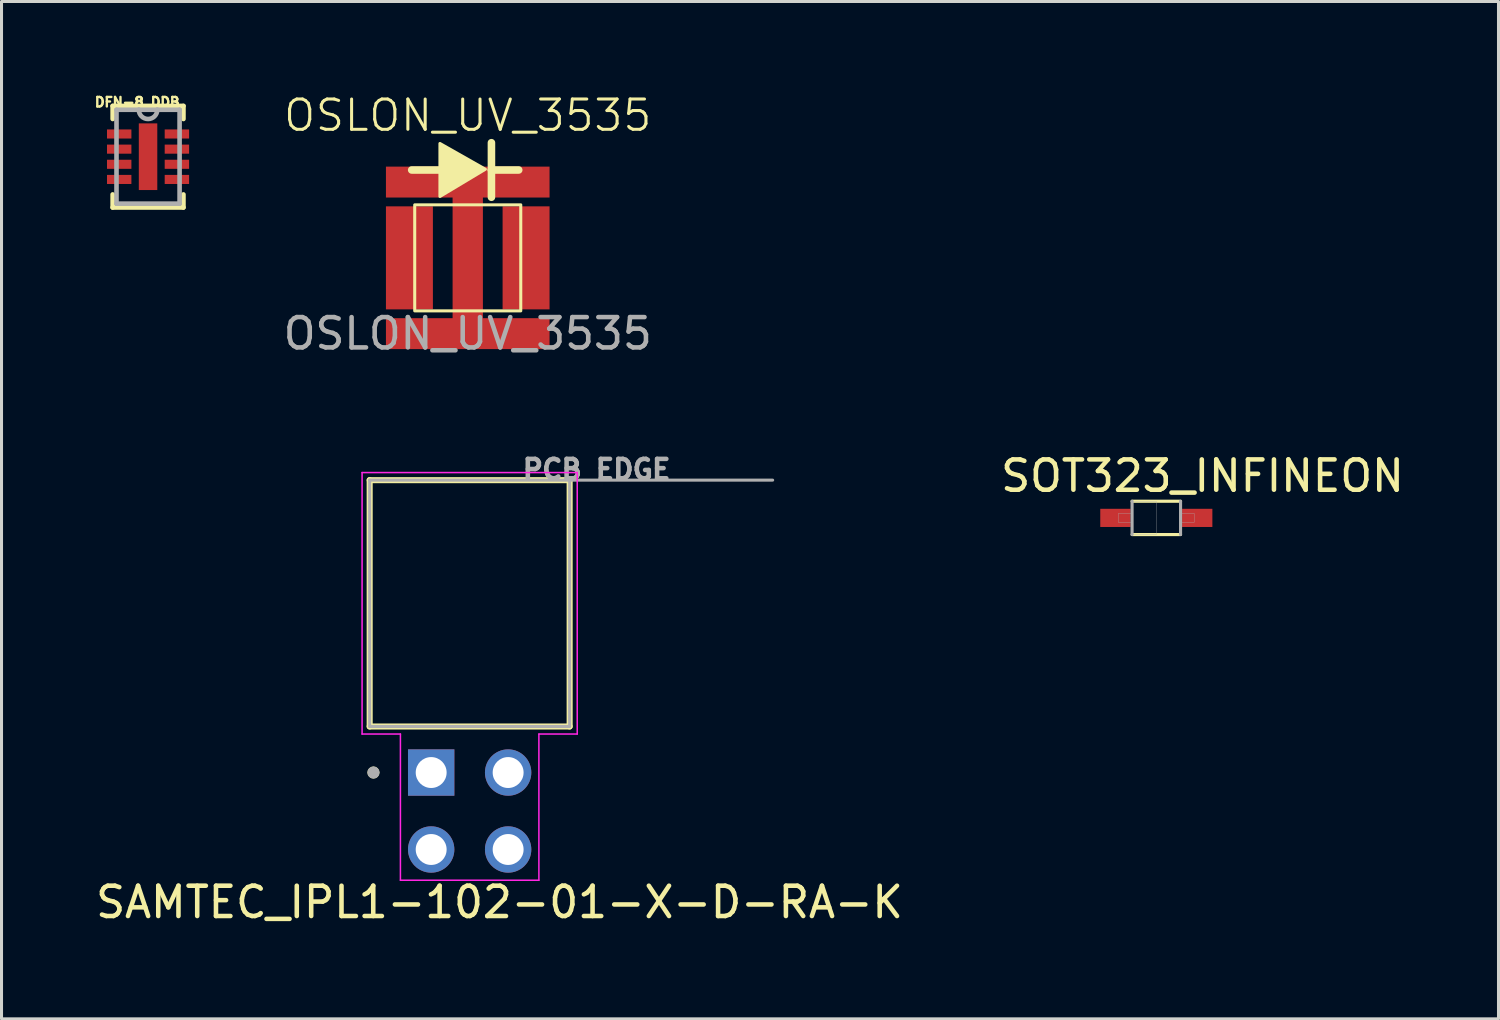
<source format=kicad_pcb>
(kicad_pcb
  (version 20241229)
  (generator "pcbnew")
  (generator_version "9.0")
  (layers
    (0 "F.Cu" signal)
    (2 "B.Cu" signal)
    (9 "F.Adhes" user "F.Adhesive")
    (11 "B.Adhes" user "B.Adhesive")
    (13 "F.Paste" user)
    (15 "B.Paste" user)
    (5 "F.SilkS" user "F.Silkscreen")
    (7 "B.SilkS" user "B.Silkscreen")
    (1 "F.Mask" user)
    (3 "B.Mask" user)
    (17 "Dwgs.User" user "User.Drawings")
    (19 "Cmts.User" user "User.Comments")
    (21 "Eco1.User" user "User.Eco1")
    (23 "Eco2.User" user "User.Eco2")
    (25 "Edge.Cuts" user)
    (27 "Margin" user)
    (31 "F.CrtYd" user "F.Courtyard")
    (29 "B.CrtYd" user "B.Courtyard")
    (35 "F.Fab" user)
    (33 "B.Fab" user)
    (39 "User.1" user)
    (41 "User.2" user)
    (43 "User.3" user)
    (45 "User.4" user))
  (footprint "OSLON_UV_3535"
    (layer "F.Cu")
    (at 12.387 5.46)
    (property "Reference" "OSLON_UV_3535" (at 0 -4.7 0) (unlocked yes) (layer "F.SilkS") (effects (font (size 1 1) (thickness 0.1))))
    (attr smd)
    (fp_rect (start -1.75 -1.7) (end -1.15 1.7) (stroke (width 0.1) (type solid)) (fill yes) (layer "F.Mask"))
    (fp_rect (start -0.5 -1.7) (end 0.5 1.7) (stroke (width 0.1) (type solid)) (fill yes) (layer "F.Mask"))
    (fp_rect (start 1.15 -1.7) (end 1.75 1.7) (stroke (width 0.1) (type solid)) (fill yes) (layer "F.Mask"))
    (fp_line (start -1.85 -2.9) (end -0.95 -2.9) (stroke (width 0.25) (type default)) (layer "F.SilkS"))
    (fp_line (start 0.782 -3.8) (end 0.782 -2.9) (stroke (width 0.25) (type default)) (layer "F.SilkS"))
    (fp_line (start 0.782 -2.9) (end 0.782 -2) (stroke (width 0.25) (type default)) (layer "F.SilkS"))
    (fp_line (start 0.782 -2.9) (end 1.682 -2.9) (stroke (width 0.25) (type default)) (layer "F.SilkS"))
    (fp_rect (start -1.75 -1.75) (end 1.75 1.75) (stroke (width 0.1) (type default)) (fill no) (layer "F.SilkS"))
    (fp_poly (pts (xy -0.918 -3.775) (xy -0.918 -2.025) (xy 0.582 -2.925)) (stroke (width 0.1) (type solid)) (fill yes) (layer "F.SilkS"))
    (fp_text user "${REFERENCE}" (at 0 2.5 0) (unlocked yes) (layer "F.Fab") (effects (font (size 1 1) (thickness 0.15))))
    (pad "1" smd rect (at 1.925 0) (size 1.55 3.4) (layers "F.Cu" "F.Paste"))
    (pad "2" smd rect (at -1.925 0) (size 1.55 3.4) (layers "F.Cu" "F.Paste"))
    (pad "3" smd rect (at 0 -2.501) (size 5.4 1.02) (layers "F.Cu" "F.Paste"))
    (pad "3" smd rect (at 0 0) (size 1 4.2) (layers "F.Cu" "F.Paste"))
    (pad "3" smd rect (at 0 2.501) (size 5.4 1.02) (layers "F.Cu" "F.Paste")))
  (footprint "DFN-8_DDB"
    (layer "F.Cu")
    (at 1.836 2.122)
    (property "Reference" "DFN-8_DDB" (at -0.355 -1.8 0) (layer "F.SilkS") (effects (font (size 0.315 0.315) (thickness 0.15))))
    (attr smd)
    (fp_line (start -1.168 -1.676) (end -1.168 -1.245) (stroke (width 0.152) (type solid)) (layer "F.SilkS"))
    (fp_line (start -1.168 1.245) (end -1.168 1.676) (stroke (width 0.152) (type solid)) (layer "F.SilkS"))
    (fp_line (start -1.168 1.676) (end 1.168 1.676) (stroke (width 0.152) (type solid)) (layer "F.SilkS"))
    (fp_line (start 1.168 -1.676) (end -1.168 -1.676) (stroke (width 0.152) (type solid)) (layer "F.SilkS"))
    (fp_line (start 1.168 -1.245) (end 1.168 -1.676) (stroke (width 0.152) (type solid)) (layer "F.SilkS"))
    (fp_line (start 1.168 1.676) (end 1.168 1.245) (stroke (width 0.152) (type solid)) (layer "F.SilkS"))
    (fp_poly (pts (xy -0.305 -1.1) (xy -0.305 1.1) (xy 0.305 1.1) (xy 0.305 -1.1)) (stroke (width 0.025) (type solid)) (fill yes) (layer "F.Paste"))
    (fp_line (start -1.041 -1.549) (end -1.041 1.549) (stroke (width 0.152) (type solid)) (layer "F.Fab"))
    (fp_line (start -1.041 1.549) (end 1.041 1.549) (stroke (width 0.152) (type solid)) (layer "F.Fab"))
    (fp_line (start -0.305 -1.549) (end -1.041 -1.549) (stroke (width 0.152) (type solid)) (layer "F.Fab"))
    (fp_line (start 0.305 -1.549) (end -0.305 -1.549) (stroke (width 0.152) (type solid)) (layer "F.Fab"))
    (fp_line (start 1.041 -1.549) (end 0.305 -1.549) (stroke (width 0.152) (type solid)) (layer "F.Fab"))
    (fp_line (start 1.041 1.549) (end 1.041 -1.549) (stroke (width 0.152) (type solid)) (layer "F.Fab"))
    (fp_arc (start 0.3048 -1.5494) (mid 0 -1.2446) (end -0.3048 -1.5494) (stroke (width 0.1524) (type solid)) (layer "F.Fab"))
    (pad "1" smd rect (at -0.952 -0.75) (size 0.805 0.3) (layers "F.Cu" "F.Mask" "F.Paste"))
    (pad "2" smd rect (at -0.952 -0.25) (size 0.805 0.3) (layers "F.Cu" "F.Mask" "F.Paste"))
    (pad "3" smd rect (at -0.952 0.25) (size 0.805 0.3) (layers "F.Cu" "F.Mask" "F.Paste"))
    (pad "4" smd rect (at -0.952 0.75) (size 0.805 0.3) (layers "F.Cu" "F.Mask" "F.Paste"))
    (pad "5" smd rect (at 0.952 0.75) (size 0.805 0.3) (layers "F.Cu" "F.Mask" "F.Paste"))
    (pad "6" smd rect (at 0.952 0.25) (size 0.805 0.3) (layers "F.Cu" "F.Mask" "F.Paste"))
    (pad "7" smd rect (at 0.952 -0.25) (size 0.805 0.3) (layers "F.Cu" "F.Mask" "F.Paste"))
    (pad "8" smd rect (at 0.952 -0.75) (size 0.805 0.3) (layers "F.Cu" "F.Mask" "F.Paste"))
    (pad "9" smd rect (at 0 0) (size 0.61 2.2) (layers "F.Cu" "F.Mask")))
  (footprint "SAMTEC_IPL1-102-01-X-D-RA-K"
    (layer "F.Cu")
    (at 12.45 23.716)
    (property "Reference" "SAMTEC_IPL1-102-01-X-D-RA-K" (at 0.985 3.01 0) (layer "F.SilkS") (effects (font (size 1 1) (thickness 0.15))))
    (attr through_hole)
    (fp_line (start -3.3 -10.92) (end -3.3 -2.79) (stroke (width 0.2) (type solid)) (layer "F.SilkS"))
    (fp_line (start -3.3 -2.79) (end 3.3 -2.79) (stroke (width 0.2) (type solid)) (layer "F.SilkS"))
    (fp_line (start 3.3 -10.92) (end -3.3 -10.92) (stroke (width 0.2) (type solid)) (layer "F.SilkS"))
    (fp_line (start 3.3 -2.79) (end 3.3 -10.92) (stroke (width 0.2) (type solid)) (layer "F.SilkS"))
    (fp_circle (center -3.175 -1.27) (end -3.075 -1.27) (stroke (width 0.2) (type solid)) (fill no) (layer "F.SilkS"))
    (fp_line (start -3.55 -11.17) (end -3.55 -2.54) (stroke (width 0.05) (type solid)) (layer "F.CrtYd"))
    (fp_line (start -3.55 -2.54) (end -2.285 -2.54) (stroke (width 0.05) (type solid)) (layer "F.CrtYd"))
    (fp_line (start -2.285 -2.54) (end -2.285 2.285) (stroke (width 0.05) (type solid)) (layer "F.CrtYd"))
    (fp_line (start -2.285 2.285) (end 2.285 2.285) (stroke (width 0.05) (type solid)) (layer "F.CrtYd"))
    (fp_line (start 2.285 -2.54) (end 3.55 -2.54) (stroke (width 0.05) (type solid)) (layer "F.CrtYd"))
    (fp_line (start 2.285 2.285) (end 2.285 -2.54) (stroke (width 0.05) (type solid)) (layer "F.CrtYd"))
    (fp_line (start 3.55 -11.17) (end -3.55 -11.17) (stroke (width 0.05) (type solid)) (layer "F.CrtYd"))
    (fp_line (start 3.55 -2.54) (end 3.55 -11.17) (stroke (width 0.05) (type solid)) (layer "F.CrtYd"))
    (fp_line (start -3.3 -10.92) (end -3.3 -2.79) (stroke (width 0.1) (type solid)) (layer "F.Fab"))
    (fp_line (start -3.3 -2.79) (end 3.3 -2.79) (stroke (width 0.1) (type solid)) (layer "F.Fab"))
    (fp_line (start 3.3 -10.92) (end -3.3 -10.92) (stroke (width 0.1) (type solid)) (layer "F.Fab"))
    (fp_line (start 3.3 -2.79) (end 3.3 -10.92) (stroke (width 0.1) (type solid)) (layer "F.Fab"))
    (fp_line (start 10 -10.92) (end 3.3 -10.92) (stroke (width 0.1) (type solid)) (layer "F.Fab"))
    (fp_circle (center -3.175 -1.27) (end -3.075 -1.27) (stroke (width 0.2) (type solid)) (fill no) (layer "F.Fab"))
    (fp_text user "PCB EDGE" (at 4.19 -11.27 0) (layer "F.Fab") (effects (font (size 0.64 0.64) (thickness 0.15))))
    (pad "01" thru_hole rect (at -1.27 -1.27) (size 1.53 1.53) (drill 1.02) (layers "*.Cu" "*.Mask"))
    (pad "02" thru_hole circle (at 1.27 -1.27) (size 1.53 1.53) (drill 1.02) (layers "*.Cu" "*.Mask"))
    (pad "03" thru_hole circle (at -1.27 1.27) (size 1.53 1.53) (drill 1.02) (layers "*.Cu" "*.Mask"))
    (pad "04" thru_hole circle (at 1.27 1.27) (size 1.53 1.53) (drill 1.02) (layers "*.Cu" "*.Mask")))
  (footprint "SOT323_INFINEON"
    (layer "F.Cu")
    (at 35.112 14.042)
    (property "Reference" "SOT323_INFINEON" (at 1.525 -1.385 0) (layer "F.SilkS") (effects (font (size 1 1) (thickness 0.15))))
    (attr smd)
    (fp_line (start -0.8 -0.55) (end 0.8 -0.55) (stroke (width 0.102) (type solid)) (layer "F.SilkS"))
    (fp_line (start 0.8 0.55) (end -0.8 0.55) (stroke (width 0.102) (type solid)) (layer "F.SilkS"))
    (fp_line (start -0.8 0.55) (end -0.8 -0.55) (stroke (width 0.102) (type solid)) (layer "F.Fab"))
    (fp_line (start 0.8 -0.55) (end 0.8 0.55) (stroke (width 0.102) (type solid)) (layer "F.Fab"))
    (fp_poly (pts (xy -1.25 -0.15) (xy -0.8 -0.15) (xy -0.8 0.15) (xy -1.25 0.15)) (stroke (width 0.01) (type solid)) (fill no) (layer "F.Fab"))
    (fp_poly (pts (xy -0.8 -0.55) (xy 0 -0.55) (xy 0 0.55) (xy -0.8 0.55)) (stroke (width 0.01) (type solid)) (fill no) (layer "F.Fab"))
    (fp_poly (pts (xy 0.8 -0.15) (xy 1.25 -0.15) (xy 1.25 0.15) (xy 0.8 0.15)) (stroke (width 0.01) (type solid)) (fill no) (layer "F.Fab"))
    (pad "A" smd rect (at 1.35 0) (size 1 0.6) (layers "F.Cu" "F.Mask" "F.Paste"))
    (pad "C" smd rect (at -1.35 0) (size 1 0.6) (layers "F.Cu" "F.Mask" "F.Paste")))
  (gr_rect
    (start -3 -3)
    (end 46.405 30.575)
    (stroke (width 0.1) (type default))
    (fill no)
    (layer "Edge.Cuts")))
</source>
